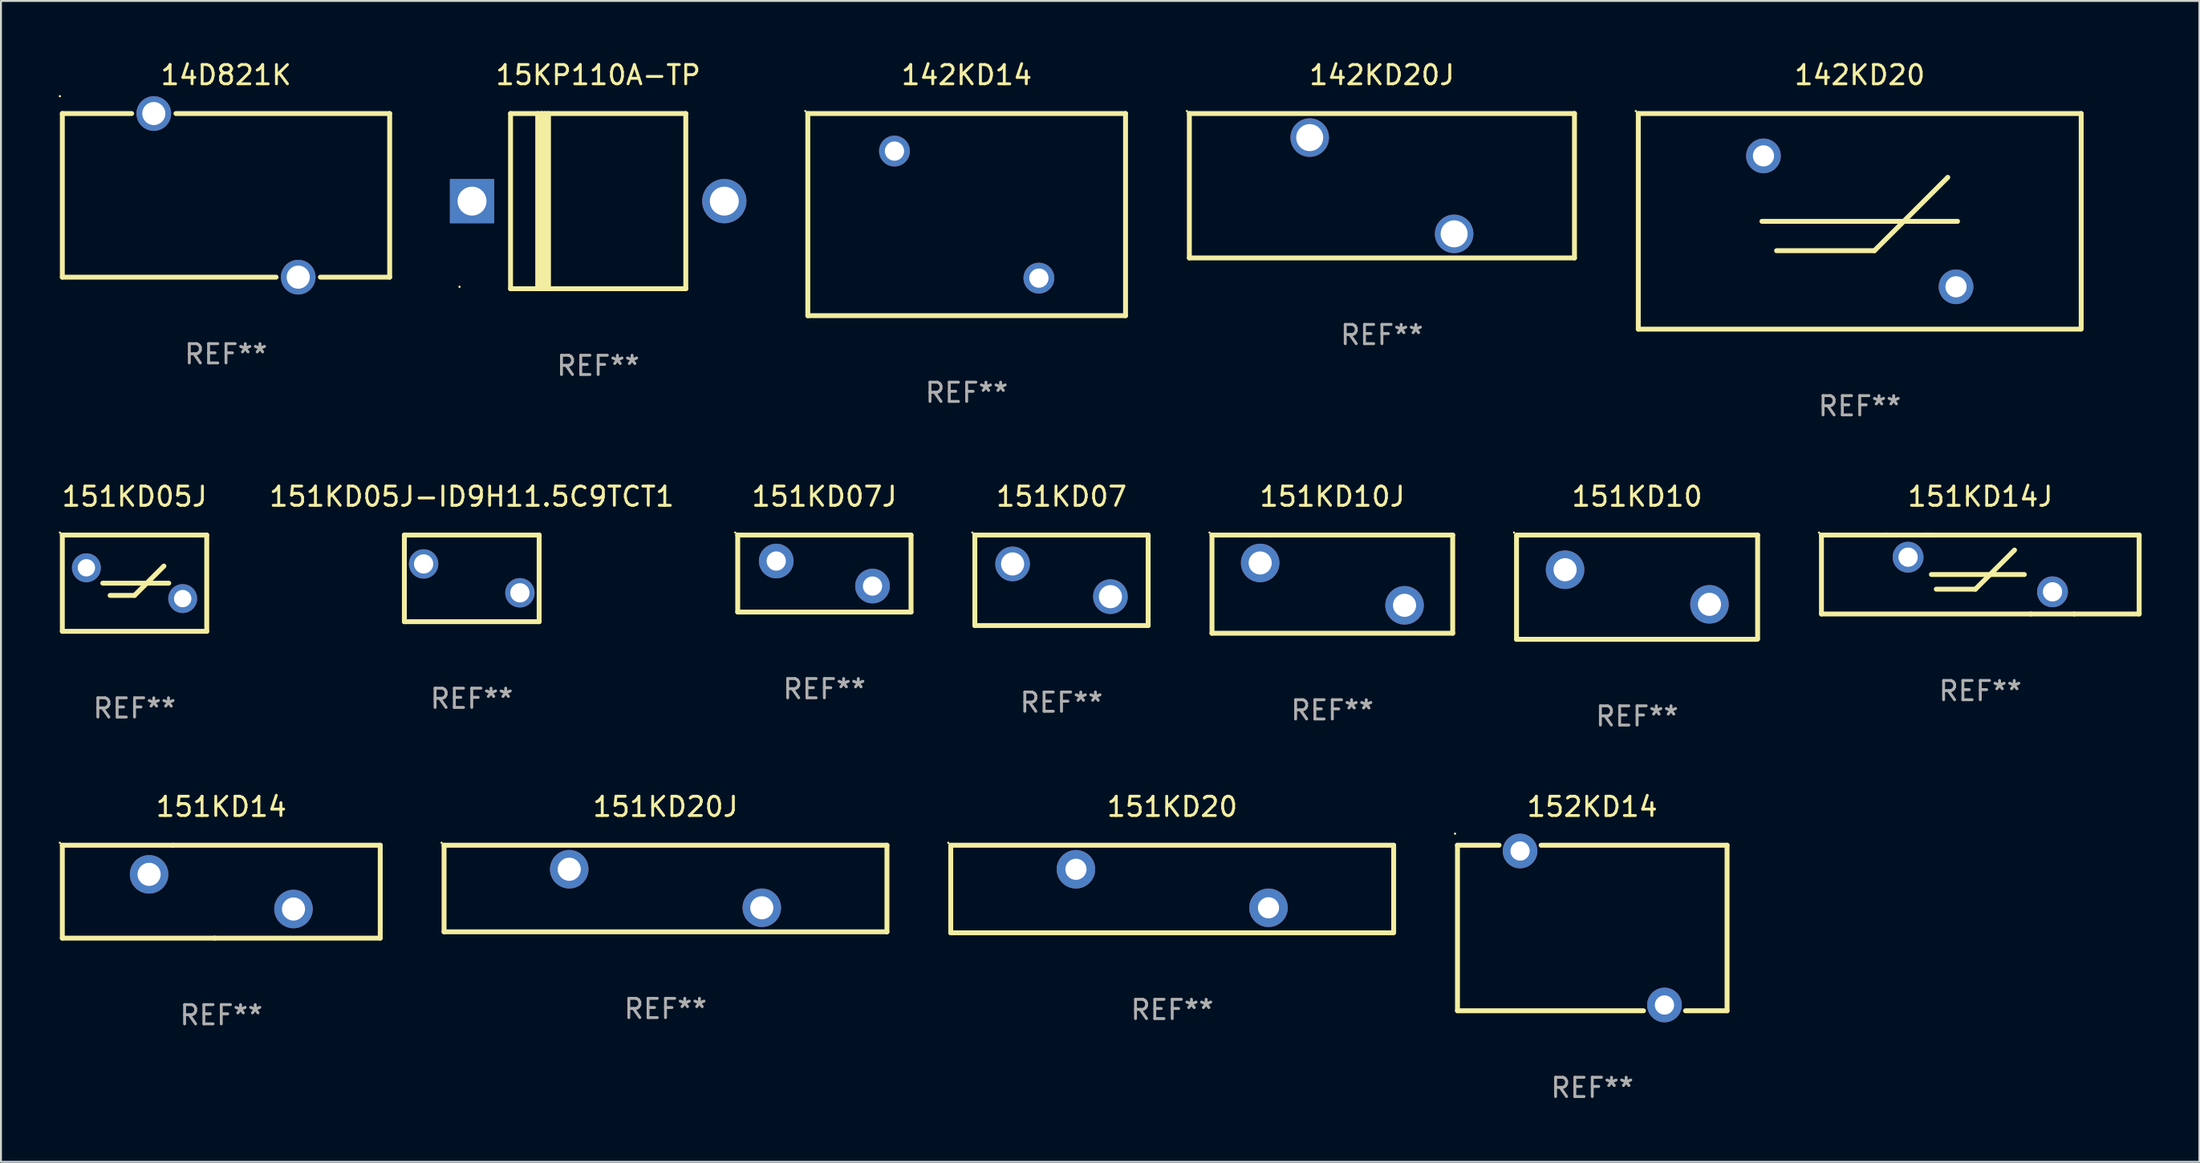
<source format=kicad_pcb>
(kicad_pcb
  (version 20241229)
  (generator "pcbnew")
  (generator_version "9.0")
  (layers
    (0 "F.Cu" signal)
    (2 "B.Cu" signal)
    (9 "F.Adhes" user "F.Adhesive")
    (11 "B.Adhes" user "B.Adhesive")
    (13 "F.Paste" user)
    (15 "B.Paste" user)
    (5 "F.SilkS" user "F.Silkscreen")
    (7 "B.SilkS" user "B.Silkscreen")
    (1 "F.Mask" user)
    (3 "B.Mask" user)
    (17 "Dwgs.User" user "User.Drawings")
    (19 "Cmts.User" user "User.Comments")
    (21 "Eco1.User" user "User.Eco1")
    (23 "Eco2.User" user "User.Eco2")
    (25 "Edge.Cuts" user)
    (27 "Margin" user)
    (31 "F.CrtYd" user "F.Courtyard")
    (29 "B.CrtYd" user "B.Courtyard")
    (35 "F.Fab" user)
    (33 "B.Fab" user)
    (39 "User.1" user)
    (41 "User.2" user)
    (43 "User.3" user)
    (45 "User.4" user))
  (footprint "151KD14J"
    (layer "F.Cu")
    (at 99.79 26.795)
    (property "Reference" "151KD14J" (at 0 -4.05 0) (layer "F.SilkS") (effects (font (size 1 1) (thickness 0.15))))
    (attr through_hole)
    (fp_line (start -8.25 -2.05) (end -4.881 -2.05) (stroke (width 0.254) (type solid)) (layer "F.SilkS"))
    (fp_line (start -8.25 2.05) (end -8.25 -2.05) (stroke (width 0.254) (type solid)) (layer "F.SilkS"))
    (fp_line (start -8.25 2.05) (end 2.619 2.05) (stroke (width 0.254) (type solid)) (layer "F.SilkS"))
    (fp_line (start -4.881 -2.05) (end -2.794 -2.05) (stroke (width 0.254) (type solid)) (layer "F.SilkS"))
    (fp_line (start -2.794 -2.05) (end -2.619 -2.05) (stroke (width 0.254) (type solid)) (layer "F.SilkS"))
    (fp_line (start -2.54 0) (end 2.286 0) (stroke (width 0.254) (type solid)) (layer "F.SilkS"))
    (fp_line (start -2.286 0.762) (end -0.254 0.762) (stroke (width 0.254) (type solid)) (layer "F.SilkS"))
    (fp_line (start -0.254 0.762) (end 1.778 -1.27) (stroke (width 0.254) (type solid)) (layer "F.SilkS"))
    (fp_line (start 2.619 2.05) (end 4.881 2.05) (stroke (width 0.254) (type solid)) (layer "F.SilkS"))
    (fp_line (start 4.881 2.05) (end 8.25 2.05) (stroke (width 0.254) (type solid)) (layer "F.SilkS"))
    (fp_line (start 8.25 -2.05) (end -2.619 -2.05) (stroke (width 0.254) (type solid)) (layer "F.SilkS"))
    (fp_line (start 8.25 -2.05) (end 8.25 2.05) (stroke (width 0.254) (type solid)) (layer "F.SilkS"))
    (fp_circle (center -8.377 -2.177) (end -8.347 -2.177) (stroke (width 0.06) (type solid)) (fill no) (layer "F.SilkS"))
    (fp_text user "REF**" (at 0 6.05 0) (layer "F.Fab") (effects (font (size 1 1) (thickness 0.15))))
    (pad "1" thru_hole circle (at -3.75 -0.9) (size 1.6 1.6) (drill 1) (layers "*.Cu" "*.Mask"))
    (pad "2" thru_hole circle (at 3.75 0.9) (size 1.6 1.6) (drill 1) (layers "*.Cu" "*.Mask")))
  (footprint "152KD14"
    (layer "F.Cu")
    (at 79.639 45.158)
    (property "Reference" "152KD14" (at 0 -6.3 0) (layer "F.SilkS") (effects (font (size 1 1) (thickness 0.15))))
    (attr through_hole)
    (fp_line (start -7 -4.3) (end -7 4.3) (stroke (width 0.254) (type solid)) (layer "F.SilkS"))
    (fp_line (start -7 -4.3) (end -4.841 -4.3) (stroke (width 0.254) (type solid)) (layer "F.SilkS"))
    (fp_line (start -7 4.3) (end 2.66 4.3) (stroke (width 0.254) (type solid)) (layer "F.SilkS"))
    (fp_line (start -2.66 -4.3) (end 7 -4.3) (stroke (width 0.254) (type solid)) (layer "F.SilkS"))
    (fp_line (start 4.841 4.3) (end 7 4.3) (stroke (width 0.254) (type solid)) (layer "F.SilkS"))
    (fp_line (start 7 -4.3) (end 7 4.3) (stroke (width 0.254) (type solid)) (layer "F.SilkS"))
    (fp_circle (center -7.127 -4.9) (end -7.097 -4.9) (stroke (width 0.06) (type solid)) (fill no) (layer "F.SilkS"))
    (fp_text user "REF**" (at 0 8.3 0) (layer "F.Fab") (effects (font (size 1 1) (thickness 0.15))))
    (pad "1" thru_hole circle (at -3.75 -4) (size 1.8 1.8) (drill 1) (layers "*.Cu" "*.Mask"))
    (pad "2" thru_hole circle (at 3.75 4) (size 1.8 1.8) (drill 1) (layers "*.Cu" "*.Mask")))
  (footprint "151KD07J"
    (layer "F.Cu")
    (at 39.761 26.745)
    (property "Reference" "151KD07J" (at 0 -4 0) (layer "F.SilkS") (effects (font (size 1 1) (thickness 0.15))))
    (attr through_hole)
    (fp_line (start -4.5 -2) (end 4.5 -2) (stroke (width 0.254) (type solid)) (layer "F.SilkS"))
    (fp_line (start -4.5 2) (end -4.5 -2) (stroke (width 0.254) (type solid)) (layer "F.SilkS"))
    (fp_line (start 4.5 -2) (end 4.5 2) (stroke (width 0.254) (type solid)) (layer "F.SilkS"))
    (fp_line (start 4.5 2) (end -4.5 2) (stroke (width 0.254) (type solid)) (layer "F.SilkS"))
    (fp_circle (center -4.627 -2.127) (end -4.597 -2.127) (stroke (width 0.06) (type solid)) (fill no) (layer "F.SilkS"))
    (fp_text user "REF**" (at 0 6 0) (layer "F.Fab") (effects (font (size 1 1) (thickness 0.15))))
    (pad "1" thru_hole circle (at -2.5 -0.65) (size 1.8 1.8) (drill 1) (layers "*.Cu" "*.Mask"))
    (pad "2" thru_hole circle (at 2.5 0.65) (size 1.8 1.8) (drill 1) (layers "*.Cu" "*.Mask")))
  (footprint "142KD20"
    (layer "F.Cu")
    (at 93.529 8.448)
    (property "Reference" "142KD20" (at 0 -7.6 0) (layer "F.SilkS") (effects (font (size 1 1) (thickness 0.15))))
    (attr through_hole)
    (fp_line (start -11.5 -5.6) (end 11.5 -5.6) (stroke (width 0.254) (type solid)) (layer "F.SilkS"))
    (fp_line (start -11.5 5.6) (end -11.5 -5.6) (stroke (width 0.254) (type solid)) (layer "F.SilkS"))
    (fp_line (start -11.5 5.6) (end 11.43 5.6) (stroke (width 0.254) (type solid)) (layer "F.SilkS"))
    (fp_line (start -5.08 0) (end 5.08 0) (stroke (width 0.254) (type solid)) (layer "F.SilkS"))
    (fp_line (start -4.318 1.524) (end 0.762 1.524) (stroke (width 0.254) (type solid)) (layer "F.SilkS"))
    (fp_line (start 0.762 1.524) (end 4.572 -2.286) (stroke (width 0.254) (type solid)) (layer "F.SilkS"))
    (fp_line (start 11.5 -5.6) (end 11.5 5.6) (stroke (width 0.254) (type solid)) (layer "F.SilkS"))
    (fp_circle (center -11.627 -5.727) (end -11.597 -5.727) (stroke (width 0.06) (type solid)) (fill no) (layer "F.SilkS"))
    (fp_text user "REF**" (at 0 9.6 0) (layer "F.Fab") (effects (font (size 1 1) (thickness 0.15))))
    (pad "1" thru_hole circle (at -5 -3.4) (size 1.8 1.8) (drill 1.1) (layers "*.Cu" "*.Mask"))
    (pad "2" thru_hole circle (at 5 3.4) (size 1.8 1.8) (drill 1.1) (layers "*.Cu" "*.Mask")))
  (footprint "151KD10"
    (layer "F.Cu")
    (at 81.966 27.453)
    (property "Reference" "151KD10" (at 0 -4.708 0) (layer "F.SilkS") (effects (font (size 1 1) (thickness 0.15))))
    (attr through_hole)
    (fp_line (start -6.261 2.708) (end -6.261 -2.692) (stroke (width 0.254) (type solid)) (layer "F.SilkS"))
    (fp_line (start -6.24 -2.708) (end 6.261 -2.708) (stroke (width 0.254) (type solid)) (layer "F.SilkS"))
    (fp_line (start 6.241 2.708) (end -6.261 2.708) (stroke (width 0.254) (type solid)) (layer "F.SilkS"))
    (fp_line (start 6.26 -2.708) (end 6.26 2.692) (stroke (width 0.254) (type solid)) (layer "F.SilkS"))
    (fp_circle (center -6.388 -2.835) (end -6.358 -2.835) (stroke (width 0.06) (type solid)) (fill no) (layer "F.SilkS"))
    (fp_text user "REF**" (at 0 6.708 0) (layer "F.Fab") (effects (font (size 1 1) (thickness 0.15))))
    (pad "1" thru_hole circle (at -3.739 -0.907) (size 2 2) (drill 1.2) (layers "*.Cu" "*.Mask"))
    (pad "2" thru_hole circle (at 3.759 0.891) (size 2 2) (drill 1.2) (layers "*.Cu" "*.Mask")))
  (footprint "151KD14"
    (layer "F.Cu")
    (at 8.442 43.271)
    (property "Reference" "151KD14" (at 0 -4.413 0) (layer "F.SilkS") (effects (font (size 1 1) (thickness 0.15))))
    (attr through_hole)
    (fp_line (start -8.255 -2.413) (end -2.515 -2.413) (stroke (width 0.254) (type solid)) (layer "F.SilkS"))
    (fp_line (start -8.255 2.413) (end -8.255 -2.413) (stroke (width 0.254) (type solid)) (layer "F.SilkS"))
    (fp_line (start -2.515 -2.413) (end 8.255 -2.413) (stroke (width 0.254) (type solid)) (layer "F.SilkS"))
    (fp_line (start -0.356 2.413) (end -8.255 2.413) (stroke (width 0.254) (type solid)) (layer "F.SilkS"))
    (fp_line (start 8.255 -2.413) (end 8.255 2.413) (stroke (width 0.254) (type solid)) (layer "F.SilkS"))
    (fp_line (start 8.255 2.413) (end -0.356 2.413) (stroke (width 0.254) (type solid)) (layer "F.SilkS"))
    (fp_circle (center -8.382 -2.54) (end -8.352 -2.54) (stroke (width 0.06) (type solid)) (fill no) (layer "F.SilkS"))
    (fp_text user "REF**" (at 0 6.413 0) (layer "F.Fab") (effects (font (size 1 1) (thickness 0.15))))
    (pad "1" thru_hole circle (at -3.749 -0.9) (size 2 2) (drill 1.2) (layers "*.Cu" "*.Mask"))
    (pad "2" thru_hole circle (at 3.749 0.9) (size 2 2) (drill 1.2) (layers "*.Cu" "*.Mask")))
  (footprint "151KD05J"
    (layer "F.Cu")
    (at 3.937 27.245)
    (property "Reference" "151KD05J" (at 0 -4.5 0) (layer "F.SilkS") (effects (font (size 1 1) (thickness 0.15))))
    (attr through_hole)
    (fp_line (start -3.75 -2.5) (end 3.75 -2.5) (stroke (width 0.254) (type solid)) (layer "F.SilkS"))
    (fp_line (start -3.75 2.5) (end -3.75 -2.5) (stroke (width 0.254) (type solid)) (layer "F.SilkS"))
    (fp_line (start -3.75 2.5) (end 3.75 2.5) (stroke (width 0.254) (type solid)) (layer "F.SilkS"))
    (fp_line (start -1.651 0) (end 1.778 0) (stroke (width 0.254) (type solid)) (layer "F.SilkS"))
    (fp_line (start -1.27 0.635) (end 0.000127 0.635) (stroke (width 0.254) (type solid)) (layer "F.SilkS"))
    (fp_line (start 0.000127 0.635) (end 1.524 -0.889) (stroke (width 0.254) (type solid)) (layer "F.SilkS"))
    (fp_line (start 3.75 -2.5) (end 3.75 2.5) (stroke (width 0.254) (type solid)) (layer "F.SilkS"))
    (fp_circle (center -3.877 -2.627) (end -3.847 -2.627) (stroke (width 0.06) (type solid)) (fill no) (layer "F.SilkS"))
    (fp_text user "REF**" (at 0 6.5 0) (layer "F.Fab") (effects (font (size 1 1) (thickness 0.15))))
    (pad "1" thru_hole circle (at -2.5 -0.8) (size 1.5 1.5) (drill 0.9) (layers "*.Cu" "*.Mask"))
    (pad "2" thru_hole circle (at 2.5 0.8) (size 1.5 1.5) (drill 0.9) (layers "*.Cu" "*.Mask")))
  (footprint "151KD20J"
    (layer "F.Cu")
    (at 31.511 43.108)
    (property "Reference" "151KD20J" (at 0 -4.25 0) (layer "F.SilkS") (effects (font (size 1 1) (thickness 0.15))))
    (attr through_hole)
    (fp_line (start -11.5 -2.25) (end 11.5 -2.25) (stroke (width 0.254) (type solid)) (layer "F.SilkS"))
    (fp_line (start -11.5 2.25) (end -11.5 -2.25) (stroke (width 0.254) (type solid)) (layer "F.SilkS"))
    (fp_line (start 11.5 -2.25) (end 11.5 2.25) (stroke (width 0.254) (type solid)) (layer "F.SilkS"))
    (fp_line (start 11.5 2.249) (end -11.5 2.249) (stroke (width 0.254) (type solid)) (layer "F.SilkS"))
    (fp_circle (center -11.627 -2.377) (end -11.597 -2.377) (stroke (width 0.06) (type solid)) (fill no) (layer "F.SilkS"))
    (fp_text user "REF**" (at 0 6.25 0) (layer "F.Fab") (effects (font (size 1 1) (thickness 0.15))))
    (pad "1" thru_hole circle (at -5 -1.002) (size 2 2) (drill 1.2) (layers "*.Cu" "*.Mask"))
    (pad "2" thru_hole circle (at 5 0.999) (size 2 2) (drill 1.2) (layers "*.Cu" "*.Mask")))
  (footprint "15KP110A-TP"
    (layer "F.Cu")
    (at 28.014 7.399)
    (property "Reference" "15KP110A-TP" (at 0 -6.551 0) (layer "F.SilkS") (effects (font (size 1 1) (thickness 0.15))))
    (attr through_hole)
    (fp_line (start -4.55 -4.55) (end -4.55 4.55) (stroke (width 0.254) (type solid)) (layer "F.SilkS"))
    (fp_line (start -4.55 -4.55) (end 4.55 -4.55) (stroke (width 0.254) (type solid)) (layer "F.SilkS"))
    (fp_line (start -3.14 4.55) (end -3.14 -4.551) (stroke (width 0.254) (type solid)) (layer "F.SilkS"))
    (fp_line (start -2.93 4.55) (end -2.93 -4.551) (stroke (width 0.254) (type solid)) (layer "F.SilkS"))
    (fp_line (start -2.759 4.551) (end -2.759 -4.55) (stroke (width 0.254) (type solid)) (layer "F.SilkS"))
    (fp_line (start -2.58 4.55) (end -2.58 -4.551) (stroke (width 0.254) (type solid)) (layer "F.SilkS"))
    (fp_line (start 4.55 4.55) (end 4.55 -4.55) (stroke (width 0.254) (type solid)) (layer "F.SilkS"))
    (fp_line (start 4.55 4.549) (end -4.55 4.549) (stroke (width 0.254) (type solid)) (layer "F.SilkS"))
    (fp_circle (center -7.2 4.45) (end -7.17 4.45) (stroke (width 0.06) (type solid)) (fill no) (layer "F.SilkS"))
    (fp_text user "REF**" (at 0 8.551 0) (layer "F.Fab") (effects (font (size 1 1) (thickness 0.15))))
    (pad "1" thru_hole rect (at -6.55 -0.000483 180) (size 2.3 2.3) (drill 1.5) (layers "*.Cu" "*.Mask"))
    (pad "2" thru_hole circle (at 6.55 -0.000483) (size 2.3 2.3) (drill 1.5) (layers "*.Cu" "*.Mask")))
  (footprint "142KD20J"
    (layer "F.Cu")
    (at 68.715 6.598)
    (property "Reference" "142KD20J" (at 0 -5.75 0) (layer "F.SilkS") (effects (font (size 1 1) (thickness 0.15))))
    (attr through_hole)
    (fp_line (start -10 -3.75) (end -10 3.75) (stroke (width 0.254) (type solid)) (layer "F.SilkS"))
    (fp_line (start -10 -3.75) (end 10 -3.75) (stroke (width 0.254) (type solid)) (layer "F.SilkS"))
    (fp_line (start 10 -3.75) (end 10 3.75) (stroke (width 0.254) (type solid)) (layer "F.SilkS"))
    (fp_line (start 10 3.75) (end -10 3.75) (stroke (width 0.254) (type solid)) (layer "F.SilkS"))
    (fp_circle (center -10.127 -3.877) (end -10.097 -3.877) (stroke (width 0.06) (type solid)) (fill no) (layer "F.SilkS"))
    (fp_text user "REF**" (at 0 7.75 0) (layer "F.Fab") (effects (font (size 1 1) (thickness 0.15))))
    (pad "1" thru_hole circle (at -3.75 -2.5) (size 2 2) (drill 1.4) (layers "*.Cu" "*.Mask"))
    (pad "2" thru_hole circle (at 3.75 2.5) (size 2 2) (drill 1.4) (layers "*.Cu" "*.Mask")))
  (footprint "142KD14"
    (layer "F.Cu")
    (at 47.151 8.098)
    (property "Reference" "142KD14" (at 0 -7.25 0) (layer "F.SilkS") (effects (font (size 1 1) (thickness 0.15))))
    (attr through_hole)
    (fp_line (start -8.25 -5.25) (end -8.25 5.25) (stroke (width 0.254) (type solid)) (layer "F.SilkS"))
    (fp_line (start -8.25 -5.25) (end 8.25 -5.25) (stroke (width 0.254) (type solid)) (layer "F.SilkS"))
    (fp_line (start -8.25 5.25) (end 8.25 5.25) (stroke (width 0.254) (type solid)) (layer "F.SilkS"))
    (fp_line (start 8.25 -5.25) (end 8.25 5.25) (stroke (width 0.254) (type solid)) (layer "F.SilkS"))
    (fp_circle (center -8.377 -5.377) (end -8.347 -5.377) (stroke (width 0.06) (type solid)) (fill no) (layer "F.SilkS"))
    (fp_text user "REF**" (at 0 9.25 0) (layer "F.Fab") (effects (font (size 1 1) (thickness 0.15))))
    (pad "1" thru_hole circle (at -3.75 -3.3) (size 1.6 1.6) (drill 1) (layers "*.Cu" "*.Mask"))
    (pad "2" thru_hole circle (at 3.75 3.3) (size 1.6 1.6) (drill 1) (layers "*.Cu" "*.Mask")))
  (footprint "151KD05J-ID9H11.5C9TCT1"
    (layer "F.Cu")
    (at 21.449 26.995)
    (property "Reference" "151KD05J-ID9H11.5C9TCT1" (at 0 -4.25 0) (layer "F.SilkS") (effects (font (size 1 1) (thickness 0.15))))
    (attr through_hole)
    (fp_line (start -3.5 -2.25) (end 3.5 -2.25) (stroke (width 0.254) (type solid)) (layer "F.SilkS"))
    (fp_line (start -3.5 2.25) (end -3.5 -2.25) (stroke (width 0.254) (type solid)) (layer "F.SilkS"))
    (fp_line (start 3.5 -2.25) (end 3.5 2.25) (stroke (width 0.254) (type solid)) (layer "F.SilkS"))
    (fp_line (start 3.5 2.25) (end -3.5 2.25) (stroke (width 0.254) (type solid)) (layer "F.SilkS"))
    (fp_circle (center -3.5 -2.25) (end -3.47 -2.25) (stroke (width 0.06) (type solid)) (fill no) (layer "F.SilkS"))
    (fp_text user "REF**" (at 0 6.25 0) (layer "F.Fab") (effects (font (size 1 1) (thickness 0.15))))
    (pad "1" thru_hole circle (at -2.5 -0.75) (size 1.524 1.524) (drill 1) (layers "*.Cu" "*.Mask"))
    (pad "2" thru_hole circle (at 2.5 0.75) (size 1.524 1.524) (drill 1) (layers "*.Cu" "*.Mask")))
  (footprint "14D821K"
    (layer "F.Cu")
    (at 8.687 7.098)
    (property "Reference" "14D821K" (at 0 -6.25 0) (layer "F.SilkS") (effects (font (size 1 1) (thickness 0.15))))
    (attr through_hole)
    (fp_line (start -8.5 -4.25) (end -4.9 -4.25) (stroke (width 0.254) (type solid)) (layer "F.SilkS"))
    (fp_line (start -8.5 4.25) (end -8.5 -4.25) (stroke (width 0.254) (type solid)) (layer "F.SilkS"))
    (fp_line (start -8.5 4.25) (end 2.6 4.25) (stroke (width 0.254) (type solid)) (layer "F.SilkS"))
    (fp_line (start -2.6 -4.25) (end 8.5 -4.25) (stroke (width 0.254) (type solid)) (layer "F.SilkS"))
    (fp_line (start 4.9 4.25) (end 8.5 4.25) (stroke (width 0.254) (type solid)) (layer "F.SilkS"))
    (fp_line (start 8.5 -4.25) (end 8.5 4.25) (stroke (width 0.254) (type solid)) (layer "F.SilkS"))
    (fp_circle (center -8.627 -5.15) (end -8.597 -5.15) (stroke (width 0.06) (type solid)) (fill no) (layer "F.SilkS"))
    (fp_text user "REF**" (at 0 8.25 0) (layer "F.Fab") (effects (font (size 1 1) (thickness 0.15))))
    (pad "1" thru_hole circle (at -3.75 -4.25) (size 1.8 1.8) (drill 1.2) (layers "*.Cu" "*.Mask"))
    (pad "2" thru_hole circle (at 3.75 4.25) (size 1.8 1.8) (drill 1.2) (layers "*.Cu" "*.Mask")))
  (footprint "151KD10J"
    (layer "F.Cu")
    (at 66.14 27.295)
    (property "Reference" "151KD10J" (at 0 -4.55 0) (layer "F.SilkS") (effects (font (size 1 1) (thickness 0.15))))
    (attr through_hole)
    (fp_line (start -6.249 -2.55) (end 6.251 -2.55) (stroke (width 0.254) (type solid)) (layer "F.SilkS"))
    (fp_line (start -6.249 2.55) (end -6.249 -2.55) (stroke (width 0.254) (type solid)) (layer "F.SilkS"))
    (fp_line (start 6.251 -2.55) (end 6.251 2.55) (stroke (width 0.254) (type solid)) (layer "F.SilkS"))
    (fp_line (start 6.251 2.55) (end -6.251 2.55) (stroke (width 0.254) (type solid)) (layer "F.SilkS"))
    (fp_circle (center -6.378 -2.677) (end -6.348 -2.677) (stroke (width 0.06) (type solid)) (fill no) (layer "F.SilkS"))
    (fp_text user "REF**" (at 0 6.55 0) (layer "F.Fab") (effects (font (size 1 1) (thickness 0.15))))
    (pad "1" thru_hole circle (at -3.748 -1.1) (size 2 2) (drill 1.2) (layers "*.Cu" "*.Mask"))
    (pad "2" thru_hole circle (at 3.75 1.1) (size 2 2) (drill 1.2) (layers "*.Cu" "*.Mask")))
  (footprint "151KD07"
    (layer "F.Cu")
    (at 52.075 27.095)
    (property "Reference" "151KD07" (at 0 -4.35 0) (layer "F.SilkS") (effects (font (size 1 1) (thickness 0.15))))
    (attr through_hole)
    (fp_line (start -4.5 -2.35) (end 4.5 -2.35) (stroke (width 0.254) (type solid)) (layer "F.SilkS"))
    (fp_line (start -4.5 2.35) (end -4.5 -2.35) (stroke (width 0.254) (type solid)) (layer "F.SilkS"))
    (fp_line (start 4.5 -2.35) (end 4.5 2.35) (stroke (width 0.254) (type solid)) (layer "F.SilkS"))
    (fp_line (start 4.5 2.35) (end -4.5 2.35) (stroke (width 0.254) (type solid)) (layer "F.SilkS"))
    (fp_circle (center -4.627 -2.477) (end -4.597 -2.477) (stroke (width 0.06) (type solid)) (fill no) (layer "F.SilkS"))
    (fp_text user "REF**" (at 0 6.35 0) (layer "F.Fab") (effects (font (size 1 1) (thickness 0.15))))
    (pad "1" thru_hole circle (at -2.54 -0.85) (size 1.8 1.8) (drill 1.2) (layers "*.Cu" "*.Mask"))
    (pad "2" thru_hole circle (at 2.54 0.85) (size 1.8 1.8) (drill 1.2) (layers "*.Cu" "*.Mask")))
  (footprint "151KD20"
    (layer "F.Cu")
    (at 57.825 43.133)
    (property "Reference" "151KD20" (at 0 -4.275 0) (layer "F.SilkS") (effects (font (size 1 1) (thickness 0.15))))
    (attr through_hole)
    (fp_line (start -11.5 -2.275) (end 11.5 -2.275) (stroke (width 0.254) (type solid)) (layer "F.SilkS"))
    (fp_line (start -11.5 2.275) (end -11.5 -2.225) (stroke (width 0.254) (type solid)) (layer "F.SilkS"))
    (fp_line (start 11.5 -2.275) (end 11.5 2.225) (stroke (width 0.254) (type solid)) (layer "F.SilkS"))
    (fp_line (start 11.5 2.275) (end -11.5 2.275) (stroke (width 0.254) (type solid)) (layer "F.SilkS"))
    (fp_circle (center -11.627 -2.402) (end -11.597 -2.402) (stroke (width 0.06) (type solid)) (fill no) (layer "F.SilkS"))
    (fp_text user "REF**" (at 0 6.275 0) (layer "F.Fab") (effects (font (size 1 1) (thickness 0.15))))
    (pad "1" thru_hole circle (at -5 -1.025) (size 2 2) (drill 1.1) (layers "*.Cu" "*.Mask"))
    (pad "2" thru_hole circle (at 5 0.975) (size 2 2) (drill 1.1) (layers "*.Cu" "*.Mask")))
  (gr_rect
    (start -3 -3)
    (end 111.167 57.306)
    (stroke (width 0.1) (type default))
    (fill no)
    (layer "Edge.Cuts")))
</source>
